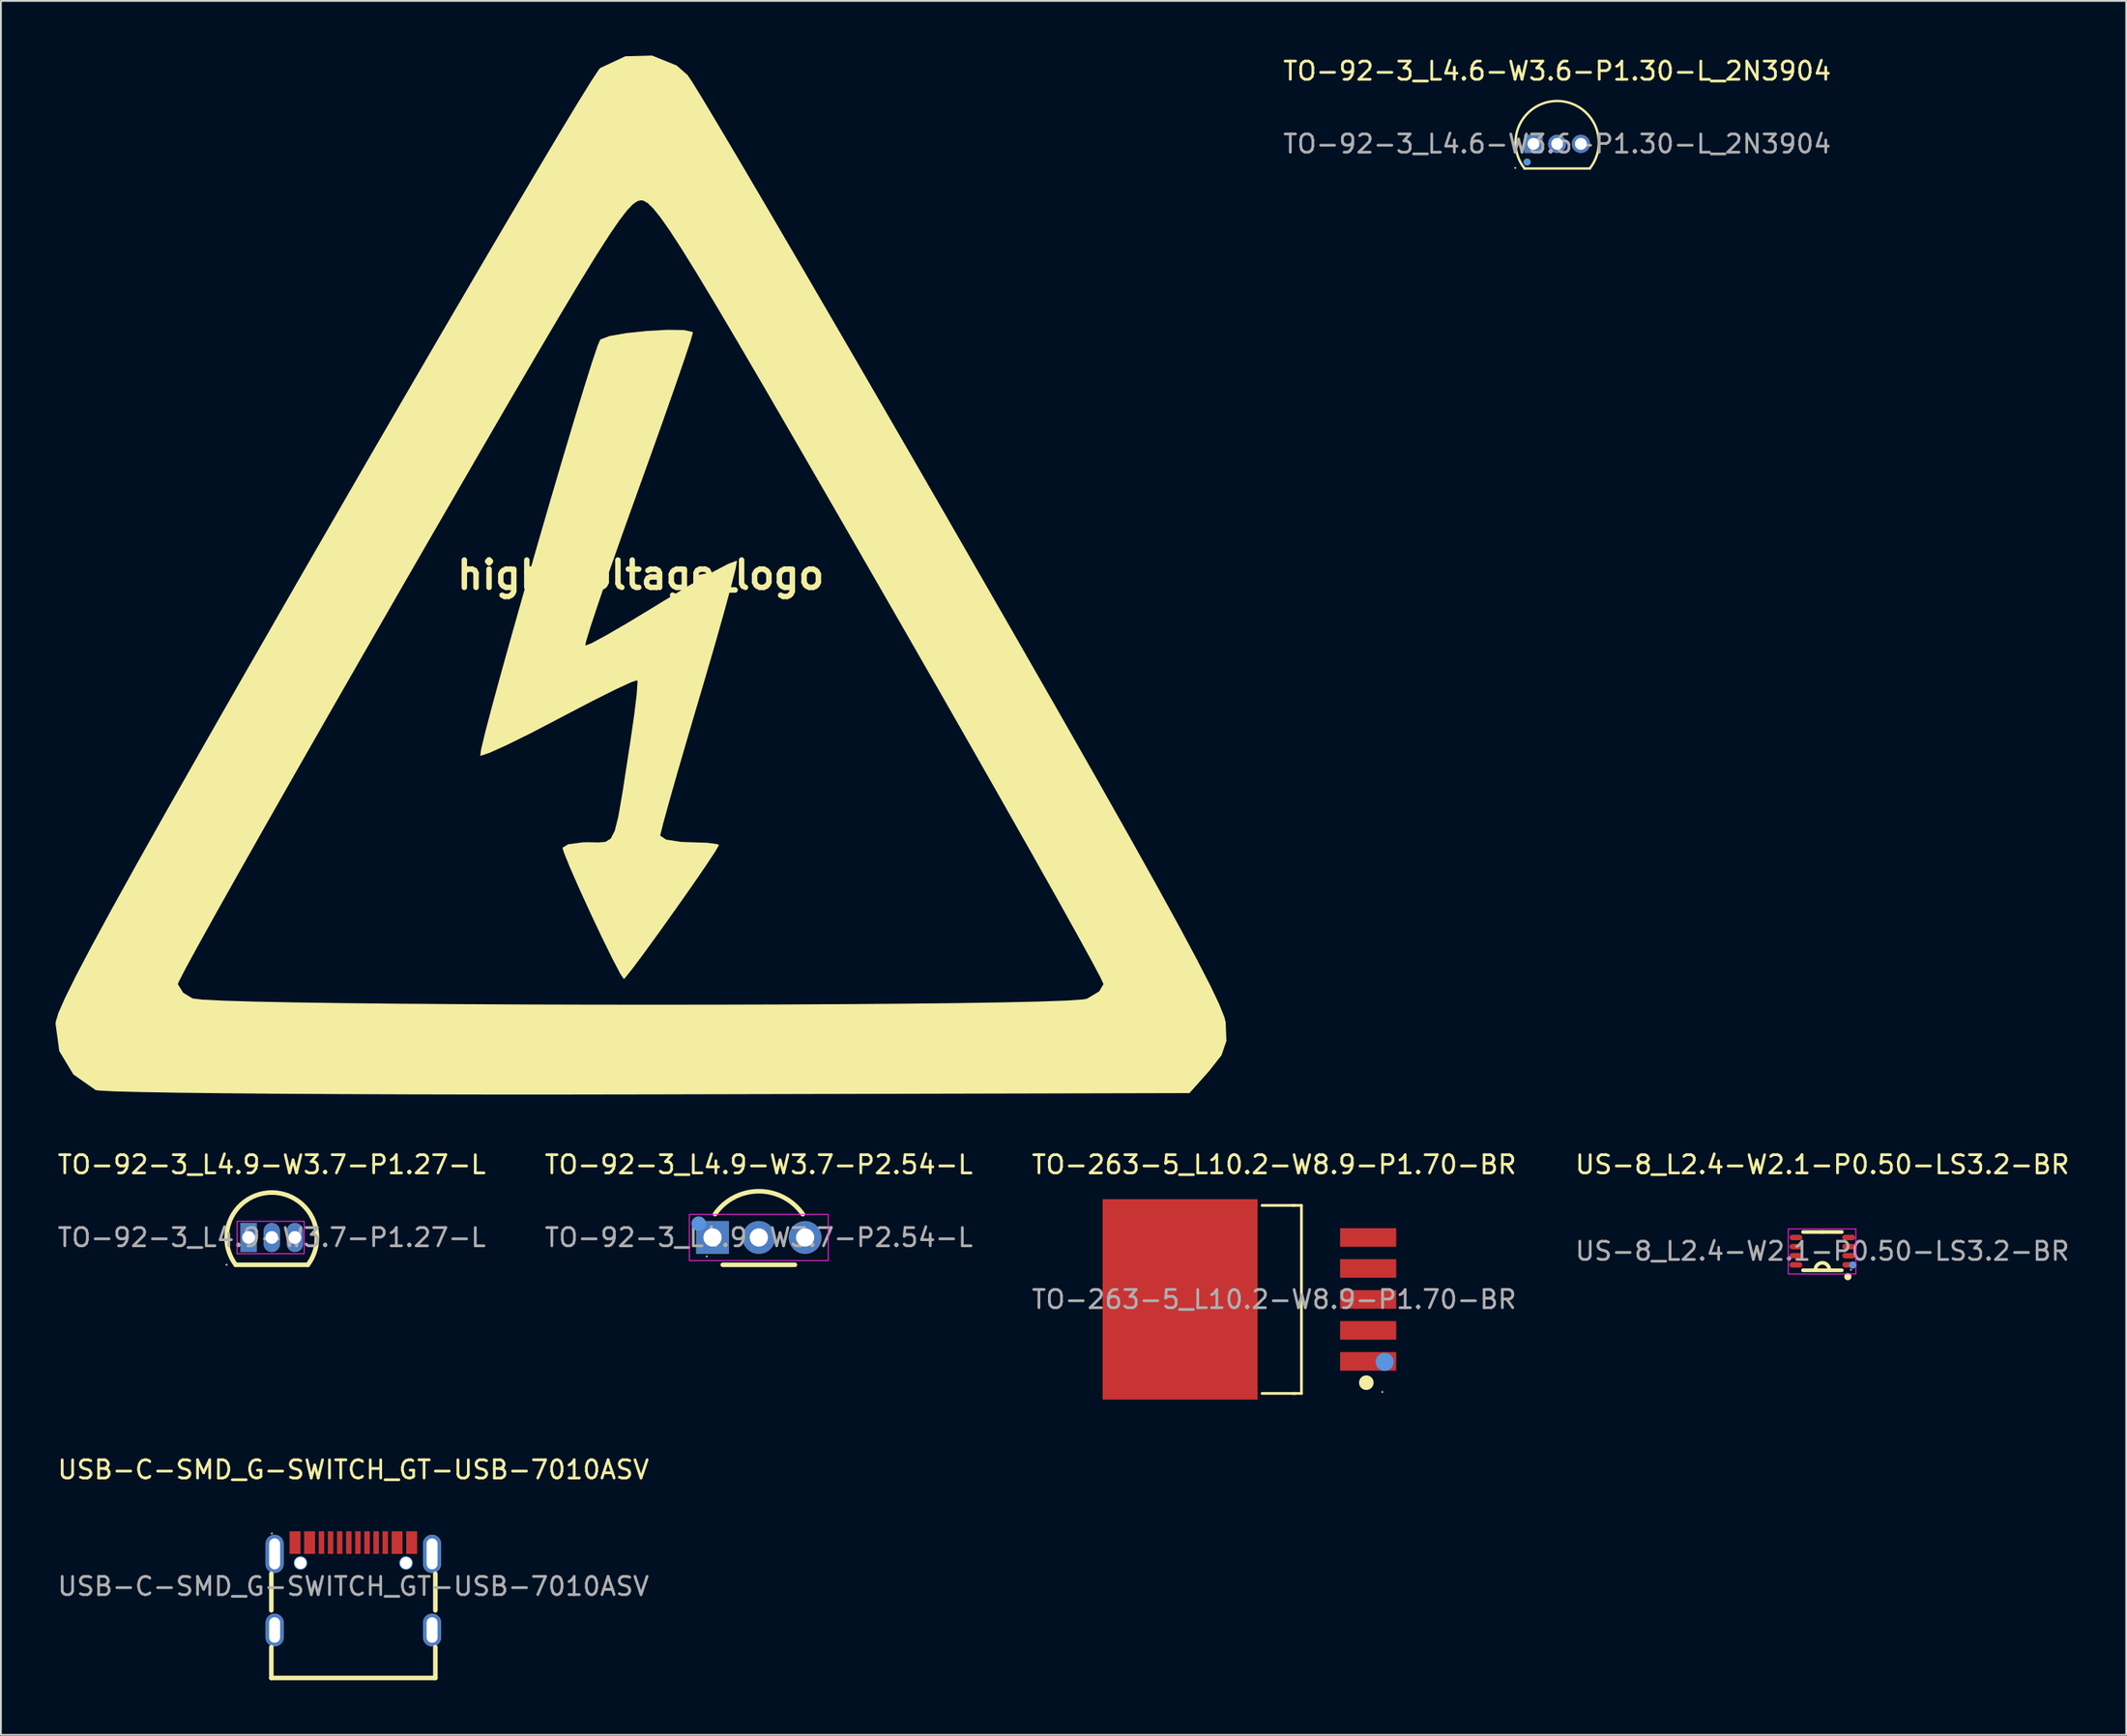
<source format=kicad_pcb>
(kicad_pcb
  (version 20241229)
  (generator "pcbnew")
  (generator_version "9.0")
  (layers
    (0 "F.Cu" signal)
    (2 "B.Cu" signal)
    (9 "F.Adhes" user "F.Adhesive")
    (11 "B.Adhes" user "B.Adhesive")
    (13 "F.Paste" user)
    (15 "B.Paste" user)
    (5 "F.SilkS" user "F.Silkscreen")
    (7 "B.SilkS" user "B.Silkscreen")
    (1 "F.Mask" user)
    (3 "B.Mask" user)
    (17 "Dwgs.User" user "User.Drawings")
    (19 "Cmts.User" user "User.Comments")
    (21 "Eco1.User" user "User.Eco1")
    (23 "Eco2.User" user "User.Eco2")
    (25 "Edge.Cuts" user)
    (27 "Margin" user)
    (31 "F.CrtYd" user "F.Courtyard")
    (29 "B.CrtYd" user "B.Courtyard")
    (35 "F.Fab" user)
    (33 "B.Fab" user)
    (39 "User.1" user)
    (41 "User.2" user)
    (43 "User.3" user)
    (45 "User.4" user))
  (footprint "TO-92-3_L4.9-W3.7-P2.54-L"
    (layer "F.Cu")
    (at 38.589 64.88)
    (property "Reference" "TO-92-3_L4.9-W3.7-P2.54-L" (at 0 -4 0) (layer "F.SilkS") (effects (font (size 1 1) (thickness 0.15))))
    (attr smd)
    (fp_line (start 1.98 1.5) (end -1.98 1.5) (stroke (width 0.25) (type solid)) (layer "F.SilkS"))
    (fp_arc (start -2.406487 -1.285029) (mid 0.003067 -2.53777) (end 2.41 -1.28) (stroke (width 0.25) (type solid)) (layer "F.SilkS"))
    (fp_circle (center -3.3 -0.76) (end -3.1 -0.76) (stroke (width 0.4) (type solid)) (fill no) (layer "Cmts.User"))
    (fp_rect (start -3.81 -1.27) (end 3.81 1.27) (stroke (width 0.05) (type default)) (fill no) (layer "F.CrtYd"))
    (fp_circle (center -2.86 1.04) (end -2.83 1.04) (stroke (width 0.06) (type solid)) (fill no) (layer "F.Fab"))
    (fp_text user "${REFERENCE}" (at 0 0 0) (layer "F.Fab") (effects (font (size 1 1) (thickness 0.15))))
    (pad "1" thru_hole rect (at -2.54 0 270) (size 1.8 1.8) (drill 1) (layers "*.Cu" "*.Mask"))
    (pad "2" thru_hole circle (at 0 0 270) (size 1.8 1.8) (drill 1) (layers "*.Cu" "*.Mask"))
    (pad "3" thru_hole circle (at 2.54 0 270) (size 1.8 1.8) (drill 1) (layers "*.Cu" "*.Mask")))
  (footprint "TO-92-3_L4.6-W3.6-P1.30-L_2N3904"
    (layer "F.Cu")
    (at 82.395 4.848)
    (property "Reference" "TO-92-3_L4.6-W3.6-P1.30-L_2N3904" (at 0 -4 0) (layer "F.SilkS") (effects (font (size 1 1) (thickness 0.15))))
    (attr smd)
    (fp_line (start -1.8 1.35) (end 1.8 1.35) (stroke (width 0.13) (type solid)) (layer "F.SilkS"))
    (fp_arc (start -1.79 1.35) (mid -0.006174 -2.354833) (end 1.797648 1.340305) (stroke (width 0.13) (type solid)) (layer "F.SilkS"))
    (fp_circle (center -1.65 1) (end -1.55 1) (stroke (width 0.2) (type solid)) (fill no) (layer "Cmts.User"))
    (fp_circle (center -2.3 1.32) (end -2.27 1.32) (stroke (width 0.06) (type solid)) (fill no) (layer "F.Fab"))
    (fp_text user "${REFERENCE}" (at 0 0 0) (layer "F.Fab") (effects (font (size 1 1) (thickness 0.15))))
    (pad "1" thru_hole rect (at -1.3 0) (size 1 1) (drill 0.65) (layers "*.Cu" "*.Mask"))
    (pad "2" thru_hole circle (at 0 0) (size 1 1) (drill 0.65) (layers "*.Cu" "*.Mask"))
    (pad "3" thru_hole circle (at 1.3 0) (size 1 1) (drill 0.65) (layers "*.Cu" "*.Mask")))
  (footprint "US-8_L2.4-W2.1-P0.50-LS3.2-BR"
    (layer "F.Cu")
    (at 96.946 65.63)
    (property "Reference" "US-8_L2.4-W2.1-P0.50-LS3.2-BR" (at 0 -4.75 0) (layer "F.SilkS") (effects (font (size 1 1) (thickness 0.15))))
    (attr smd)
    (fp_line (start -1.06 1.05) (end 1.07 1.05) (stroke (width 0.2) (type solid)) (layer "F.SilkS"))
    (fp_line (start 0 -1.05) (end -1.06 -1.05) (stroke (width 0.2) (type solid)) (layer "F.SilkS"))
    (fp_line (start 0 -1.05) (end 1.07 -1.05) (stroke (width 0.2) (type solid)) (layer "F.SilkS"))
    (fp_arc (start -0.38 1.02) (mid 0 0.64) (end 0.38 1.02) (stroke (width 0.2) (type solid)) (layer "F.SilkS"))
    (fp_circle (center 1.4 1.4) (end 1.5 1.4) (stroke (width 0.2) (type solid)) (fill no) (layer "F.SilkS"))
    (fp_circle (center 1.67 0.76) (end 1.77 0.76) (stroke (width 0.2) (type solid)) (fill no) (layer "Cmts.User"))
    (fp_rect (start -1.87 -1.22) (end 1.84 1.25) (stroke (width 0.05) (type default)) (fill no) (layer "F.CrtYd"))
    (fp_circle (center 1.57 1.02) (end 1.6 1.02) (stroke (width 0.06) (type solid)) (fill no) (layer "F.Fab"))
    (fp_text user "${REFERENCE}" (at 0 0 0) (layer "F.Fab") (effects (font (size 1 1) (thickness 0.15))))
    (pad "1" smd oval (at 1.45 0.75 90) (size 0.3 0.7) (layers "F.Cu" "F.Mask" "F.Paste"))
    (pad "2" smd oval (at 1.45 0.25 90) (size 0.3 0.7) (layers "F.Cu" "F.Mask" "F.Paste"))
    (pad "3" smd oval (at 1.45 -0.25 90) (size 0.3 0.7) (layers "F.Cu" "F.Mask" "F.Paste"))
    (pad "4" smd oval (at 1.45 -0.75 90) (size 0.3 0.7) (layers "F.Cu" "F.Mask" "F.Paste"))
    (pad "5" smd oval (at -1.45 -0.75 90) (size 0.3 0.7) (layers "F.Cu" "F.Mask" "F.Paste"))
    (pad "6" smd oval (at -1.45 -0.25 90) (size 0.3 0.7) (layers "F.Cu" "F.Mask" "F.Paste"))
    (pad "7" smd oval (at -1.45 0.25 90) (size 0.3 0.7) (layers "F.Cu" "F.Mask" "F.Paste"))
    (pad "8" smd oval (at -1.45 0.75 90) (size 0.3 0.7) (layers "F.Cu" "F.Mask" "F.Paste")))
  (footprint "USB-C-SMD_G-SWITCH_GT-USB-7010ASV"
    (layer "F.Cu")
    (at 16.339 84.028)
    (property "Reference" "USB-C-SMD_G-SWITCH_GT-USB-7010ASV" (at 0 -6.4 0) (layer "F.SilkS") (effects (font (size 1 1) (thickness 0.15))))
    (attr smd)
    (fp_line (start -4.5 1.32) (end -4.5 -0.69) (stroke (width 0.25) (type solid)) (layer "F.SilkS"))
    (fp_line (start -4.5 5.03) (end -4.5 3.34) (stroke (width 0.25) (type solid)) (layer "F.SilkS"))
    (fp_line (start 4.5 1.32) (end 4.5 -0.69) (stroke (width 0.25) (type solid)) (layer "F.SilkS"))
    (fp_line (start 4.5 5.03) (end -4.5 5.03) (stroke (width 0.25) (type solid)) (layer "F.SilkS"))
    (fp_line (start 4.5 5.03) (end 4.5 3.34) (stroke (width 0.25) (type solid)) (layer "F.SilkS"))
    (fp_circle (center -2.9 -1.28) (end -2.78 -1.28) (stroke (width 0.25) (type solid)) (fill no) (layer "Cmts.User"))
    (fp_circle (center 2.89 -1.28) (end 3.01 -1.28) (stroke (width 0.25) (type solid)) (fill no) (layer "Cmts.User"))
    (fp_circle (center -4.47 -2.9) (end -4.44 -2.9) (stroke (width 0.06) (type solid)) (fill no) (layer "F.Fab"))
    (fp_text user "${REFERENCE}" (at 0 0 0) (layer "F.Fab") (effects (font (size 1 1) (thickness 0.15))))
    (pad "" thru_hole circle (at -2.9 -1.28) (size 0.65 0.65) (drill 0.65) (layers "*.Cu" "*.Mask"))
    (pad "" thru_hole circle (at 2.89 -1.28) (size 0.65 0.65) (drill 0.65) (layers "*.Cu" "*.Mask"))
    (pad "A1" smd rect (at -3.2 -2.4) (size 0.6 1.24) (layers "F.Cu" "F.Mask" "F.Paste"))
    (pad "A4" smd rect (at -2.4 -2.4) (size 0.6 1.24) (layers "F.Cu" "F.Mask" "F.Paste"))
    (pad "A5" smd rect (at -1.25 -2.4) (size 0.3 1.24) (layers "F.Cu" "F.Mask" "F.Paste"))
    (pad "A6" smd rect (at -0.25 -2.4) (size 0.3 1.24) (layers "F.Cu" "F.Mask" "F.Paste"))
    (pad "A7" smd rect (at 0.25 -2.4) (size 0.3 1.24) (layers "F.Cu" "F.Mask" "F.Paste"))
    (pad "A8" smd rect (at 1.25 -2.4) (size 0.3 1.24) (layers "F.Cu" "F.Mask" "F.Paste"))
    (pad "B1" smd rect (at 3.2 -2.4) (size 0.6 1.24) (layers "F.Cu" "F.Mask" "F.Paste"))
    (pad "B4" smd rect (at 2.4 -2.4) (size 0.6 1.24) (layers "F.Cu" "F.Mask" "F.Paste"))
    (pad "B5" smd rect (at 1.75 -2.4) (size 0.3 1.24) (layers "F.Cu" "F.Mask" "F.Paste"))
    (pad "B6" smd rect (at 0.75 -2.4) (size 0.3 1.24) (layers "F.Cu" "F.Mask" "F.Paste"))
    (pad "B7" smd rect (at -0.75 -2.4) (size 0.3 1.24) (layers "F.Cu" "F.Mask" "F.Paste"))
    (pad "B8" smd rect (at -1.75 -2.4) (size 0.3 1.24) (layers "F.Cu" "F.Mask" "F.Paste"))
    (pad "S1" thru_hole oval (at -4.32 -1.78) (size 1 2.1) (drill oval 0.6 1.7) (layers "*.Cu" "*.Mask"))
    (pad "S1" thru_hole oval (at -4.32 2.4) (size 1 1.8) (drill oval 0.6 1.4) (layers "*.Cu" "*.Mask"))
    (pad "S1" thru_hole oval (at 4.32 -1.78) (size 1 2.1) (drill oval 0.6 1.7) (layers "*.Cu" "*.Mask"))
    (pad "S1" thru_hole oval (at 4.32 2.4) (size 1 1.8) (drill oval 0.6 1.4) (layers "*.Cu" "*.Mask")))
  (footprint "TO-92-3_L4.9-W3.7-P1.27-L"
    (layer "F.Cu")
    (at 11.863 64.88)
    (property "Reference" "TO-92-3_L4.9-W3.7-P1.27-L" (at 0 -4 0) (layer "F.SilkS") (effects (font (size 1 1) (thickness 0.15))))
    (attr smd)
    (fp_line (start 1.98 1.5) (end -1.98 1.5) (stroke (width 0.25) (type solid)) (layer "F.SilkS"))
    (fp_arc (start -1.98 1.5) (mid 0.002708 -2.468002) (end 1.976739 1.504324) (stroke (width 0.25) (type solid)) (layer "F.SilkS"))
    (fp_rect (start -1.905 -0.889) (end 1.778 0.889) (stroke (width 0.05) (type default)) (fill no) (layer "F.CrtYd"))
    (fp_circle (center -2.48 1.5) (end -2.45 1.5) (stroke (width 0.06) (type solid)) (fill no) (layer "F.Fab"))
    (fp_text user "${REFERENCE}" (at 0 0 0) (layer "F.Fab") (effects (font (size 1 1) (thickness 0.15))))
    (pad "1" thru_hole rect (at -1.27 0) (size 0.9 1.6) (drill 0.7) (layers "*.Cu" "*.Mask"))
    (pad "2" thru_hole oval (at 0 0) (size 0.9 1.6) (drill 0.7) (layers "*.Cu" "*.Mask"))
    (pad "3" thru_hole oval (at 1.27 0) (size 0.9 1.6) (drill 0.7) (layers "*.Cu" "*.Mask")))
  (footprint "high_voltage_logo"
    (layer "F.Cu")
    (at 32.107 28.514)
    (property "Reference" "high_voltage_logo" (at 0 0 0) (layer "F.SilkS") (effects (font (size 1.5 1.5) (thickness 0.3))))
    (attr board_only exclude_from_pos_files exclude_from_bom)
    (fp_poly (pts (xy 2.365 -13.446) (xy 2.837 -13.344) (xy 2.862 -13.3) (xy 2.745 -12.879) (xy 2.415 -11.882) (xy 1.906 -10.403) (xy 1.251 -8.539) (xy 0.483 -6.384) (xy -0.158 -4.604) (xy -0.982 -2.308) (xy -1.709 -0.242) (xy -2.308 1.501) (xy -2.749 2.828) (xy -2.998 3.648) (xy -3.041 3.876) (xy -2.705 3.748) (xy -1.88 3.303) (xy -0.682 2.606) (xy 0.773 1.723) (xy 1.142 1.495) (xy 2.635 0.588) (xy 3.893 -0.135) (xy 4.804 -0.611) (xy 5.254 -0.779) (xy 5.281 -0.766) (xy 5.212 -0.361) (xy 4.963 0.624) (xy 4.565 2.085) (xy 4.046 3.917) (xy 3.434 6.015) (xy 3.224 6.723) (xy 2.584 8.893) (xy 2.019 10.836) (xy 1.561 12.447) (xy 1.238 13.619) (xy 1.083 14.245) (xy 1.073 14.311) (xy 1.393 14.524) (xy 2.202 14.651) (xy 2.683 14.668) (xy 3.644 14.699) (xy 4.219 14.777) (xy 4.293 14.824) (xy 4.1 15.168) (xy 3.585 15.946) (xy 2.845 17.023) (xy 1.976 18.261) (xy 1.076 19.525) (xy 0.241 20.677) (xy -0.432 21.583) (xy -0.847 22.105) (xy -0.928 22.18) (xy -1.127 21.877) (xy -1.556 21.058) (xy -2.147 19.855) (xy -2.68 18.729) (xy -3.343 17.284) (xy -3.874 16.075) (xy -4.209 15.251) (xy -4.293 14.973) (xy -3.976 14.781) (xy -3.184 14.675) (xy -2.878 14.668) (xy -2.331 14.68) (xy -1.935 14.649) (xy -1.648 14.473) (xy -1.428 14.051) (xy -1.233 13.281) (xy -1.019 12.063) (xy -0.746 10.294) (xy -0.566 9.123) (xy -0.359 7.695) (xy -0.222 6.562) (xy -0.174 5.889) (xy -0.189 5.777) (xy -0.531 5.889) (xy -1.382 6.284) (xy -2.62 6.903) (xy -4.127 7.687) (xy -4.472 7.87) (xy -6.024 8.68) (xy -7.341 9.33) (xy -8.299 9.763) (xy -8.778 9.923) (xy -8.806 9.916) (xy -8.752 9.545) (xy -8.521 8.587) (xy -8.141 7.141) (xy -7.639 5.304) (xy -7.045 3.175) (xy -6.387 0.851) (xy -5.693 -1.568) (xy -4.991 -3.984) (xy -4.31 -6.3) (xy -3.679 -8.417) (xy -3.124 -10.237) (xy -2.676 -11.662) (xy -2.362 -12.593) (xy -2.216 -12.928) (xy -1.719 -13.116) (xy -0.798 -13.277) (xy 0.333 -13.396) (xy 1.459 -13.458)) (stroke (width 0) (type solid)) (fill yes) (layer "F.SilkS"))
    (fp_poly (pts (xy 1.976 -27.966) (xy 2.575 -27.44) (xy 2.86 -27.012) (xy 3.472 -26.012) (xy 4.384 -24.488) (xy 5.567 -22.489) (xy 6.993 -20.063) (xy 8.633 -17.258) (xy 10.459 -14.123) (xy 12.443 -10.706) (xy 14.556 -7.056) (xy 16.77 -3.221) (xy 17.595 -1.789) (xy 20.404 3.096) (xy 22.865 7.394) (xy 24.995 11.136) (xy 26.811 14.351) (xy 28.329 17.07) (xy 29.566 19.322) (xy 30.537 21.137) (xy 31.259 22.544) (xy 31.75 23.575) (xy 32.024 24.258) (xy 32.097 24.544) (xy 32.139 25.577) (xy 31.871 26.361) (xy 31.194 27.227) (xy 30.11 28.441) (xy 0.477 28.511) (xy -4.08 28.518) (xy -8.441 28.518) (xy -12.552 28.51) (xy -16.358 28.496) (xy -19.804 28.476) (xy -22.837 28.45) (xy -25.402 28.419) (xy -27.444 28.383) (xy -28.909 28.343) (xy -29.743 28.298) (xy -29.912 28.272) (xy -31.131 27.417) (xy -31.903 26.136) (xy -32.107 24.643) (xy -32.093 24.506) (xy -31.951 24.037) (xy -31.587 23.211) (xy -31.214 22.46) (xy -25.398 22.46) (xy -25.105 22.932) (xy -24.595 23.242) (xy -24.078 23.308) (xy -22.919 23.366) (xy -21.191 23.418) (xy -18.966 23.463) (xy -16.319 23.501) (xy -13.321 23.533) (xy -10.046 23.557) (xy -6.567 23.575) (xy -2.957 23.585) (xy 0.711 23.589) (xy 4.363 23.585) (xy 7.927 23.575) (xy 11.33 23.557) (xy 14.498 23.532) (xy 17.359 23.5) (xy 19.839 23.461) (xy 21.866 23.415) (xy 23.366 23.361) (xy 24.266 23.3) (xy 24.482 23.262) (xy 25.156 22.858) (xy 25.394 22.457) (xy 25.219 22.078) (xy 24.715 21.131) (xy 23.91 19.667) (xy 22.835 17.738) (xy 21.518 15.395) (xy 19.987 12.69) (xy 18.272 9.675) (xy 16.403 6.4) (xy 14.407 2.917) (xy 13.141 0.715) (xy 10.733 -3.467) (xy 8.652 -7.071) (xy 6.874 -10.137) (xy 5.371 -12.709) (xy 4.119 -14.828) (xy 3.09 -16.537) (xy 2.259 -17.879) (xy 1.6 -18.894) (xy 1.086 -19.626) (xy 0.692 -20.117) (xy 0.392 -20.41) (xy 0.158 -20.546) (xy 0.016 -20.57) (xy -0.184 -20.522) (xy -0.434 -20.347) (xy -0.758 -20.004) (xy -1.183 -19.45) (xy -1.735 -18.644) (xy -2.44 -17.543) (xy -3.324 -16.105) (xy -4.413 -14.287) (xy -5.734 -12.048) (xy -7.313 -9.345) (xy -9.174 -6.135) (xy -11.346 -2.377) (xy -13.129 0.715) (xy -15.19 4.299) (xy -17.143 7.706) (xy -18.958 10.885) (xy -20.606 13.785) (xy -22.059 16.355) (xy -23.287 18.542) (xy -24.261 20.296) (xy -24.953 21.565) (xy -25.332 22.298) (xy -25.398 22.46) (xy -31.214 22.46) (xy -30.987 22.001) (xy -30.134 20.38) (xy -29.016 18.319) (xy -27.615 15.793) (xy -25.918 12.774) (xy -23.909 9.234) (xy -21.573 5.147) (xy -18.896 0.486) (xy -17.38 -2.146) (xy -15.122 -6.056) (xy -12.956 -9.792) (xy -10.911 -13.306) (xy -9.014 -16.551) (xy -7.293 -19.48) (xy -5.776 -22.046) (xy -4.491 -24.202) (xy -3.466 -25.9) (xy -2.728 -27.093) (xy -2.305 -27.734) (xy -2.225 -27.83) (xy -0.844 -28.474) (xy 0.626 -28.514)) (stroke (width 0) (type solid)) (fill yes) (layer "F.SilkS")))
  (footprint "TO-263-5_L10.2-W8.9-P1.70-BR"
    (layer "F.Cu")
    (at 66.863 68.28)
    (property "Reference" "TO-263-5_L10.2-W8.9-P1.70-BR" (at 0 -7.4 0) (layer "F.SilkS") (effects (font (size 1 1) (thickness 0.15))))
    (attr smd)
    (fp_line (start 1.03 -5.16) (end 1.5 -5.16) (stroke (width 0.15) (type solid)) (layer "F.SilkS"))
    (fp_line (start 1.03 5.16) (end 1.5 5.16) (stroke (width 0.15) (type solid)) (layer "F.SilkS"))
    (fp_line (start 1.13 -5.16) (end -0.66 -5.16) (stroke (width 0.15) (type solid)) (layer "F.SilkS"))
    (fp_line (start 1.15 5.16) (end -0.66 5.16) (stroke (width 0.15) (type solid)) (layer "F.SilkS"))
    (fp_line (start 1.5 5.16) (end 1.5 -5.16) (stroke (width 0.15) (type solid)) (layer "F.SilkS"))
    (fp_circle (center 5.06 4.57) (end 5.26 4.57) (stroke (width 0.4) (type solid)) (fill no) (layer "F.SilkS"))
    (fp_circle (center 6.07 3.43) (end 6.32 3.43) (stroke (width 0.5) (type solid)) (fill no) (layer "Cmts.User"))
    (fp_circle (center 5.94 5.08) (end 5.97 5.08) (stroke (width 0.06) (type solid)) (fill no) (layer "F.Fab"))
    (fp_text user "${REFERENCE}" (at 0 0 0) (layer "F.Fab") (effects (font (size 1 1) (thickness 0.15))))
    (pad "1" smd rect (at 5.16 3.4) (size 3.08 1.02) (layers "F.Cu" "F.Mask" "F.Paste"))
    (pad "2" smd rect (at 5.16 1.7) (size 3.08 1.02) (layers "F.Cu" "F.Mask" "F.Paste"))
    (pad "3" smd rect (at -5.16 0) (size 8.5 11) (layers "F.Cu" "F.Mask" "F.Paste"))
    (pad "3" smd rect (at 5.16 0) (size 3.08 1.02) (layers "F.Cu" "F.Mask" "F.Paste"))
    (pad "4" smd rect (at 5.16 -1.7) (size 3.08 1.02) (layers "F.Cu" "F.Mask" "F.Paste"))
    (pad "5" smd rect (at 5.16 -3.4) (size 3.08 1.02) (layers "F.Cu" "F.Mask" "F.Paste")))
  (gr_rect
    (start -3 -3)
    (end 113.619 92.183)
    (stroke (width 0.1) (type default))
    (fill no)
    (layer "Edge.Cuts")))
</source>
